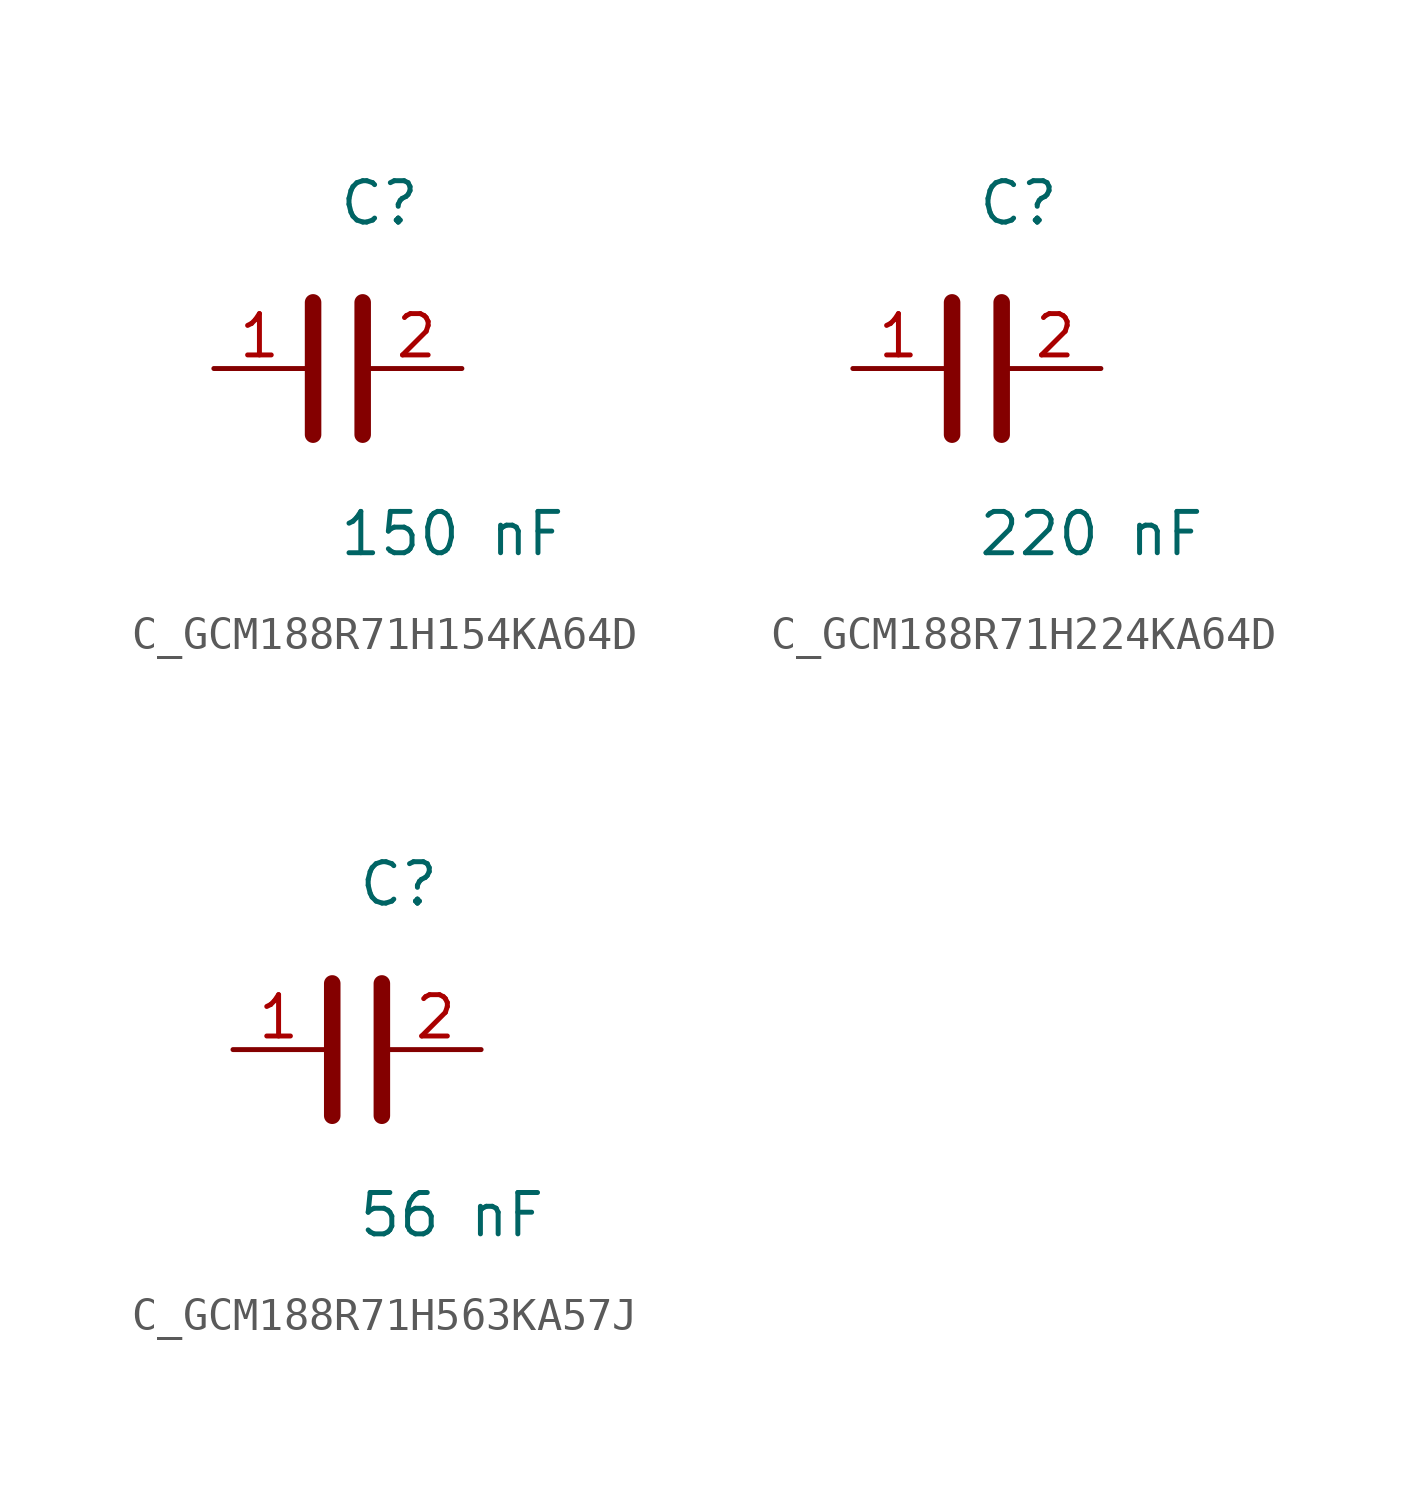
<source format=kicad_sym>
(kicad_symbol_lib
  (version 20231120)
  (generator kicad_symbol_editor)
  (generator_version 8.0)
  (symbol "C_GCM188R71H154KA64D"
    (pin_names
      (offset 0.254))
    (property "Reference" "C"
      (at 0.0 5.08 0)
      (effects (font (size 1.27 1.27)) (justify left)))
    (property "Value" "150 nF"
      (at 0.0 -5.08 0)
      (effects (font (size 1.27 1.27)) (justify left)))
    (symbol "C_GCM188R71H154KA64D_0_1"
      (polyline (pts (xy -0.762 -2.032) (xy -0.762 2.032)) (stroke (width 0.508) (type default)) (fill (type none)))
      (polyline (pts (xy 0.762 -2.032) (xy 0.762 2.032)) (stroke (width 0.508) (type default)) (fill (type none))))
    (pin unspecified line
      (at -3.81 0 0)
      (length 2.8)
      (name "" (effects (font (size 1.27 1.27))))
      (number "1" (effects (font (size 1.27 1.27)))))
    (pin unspecified line
      (at 3.81 0 180)
      (length 2.8)
      (name "" (effects (font (size 1.27 1.27))))
      (number "2" (effects (font (size 1.27 1.27))))))
  (symbol "C_GCM188R71H224KA64D"
    (pin_names
      (offset 0.254))
    (property "Reference" "C"
      (at 0.0 5.08 0)
      (effects (font (size 1.27 1.27)) (justify left)))
    (property "Value" "220 nF"
      (at 0.0 -5.08 0)
      (effects (font (size 1.27 1.27)) (justify left)))
    (symbol "C_GCM188R71H224KA64D_0_1"
      (polyline (pts (xy -0.762 -2.032) (xy -0.762 2.032)) (stroke (width 0.508) (type default)) (fill (type none)))
      (polyline (pts (xy 0.762 -2.032) (xy 0.762 2.032)) (stroke (width 0.508) (type default)) (fill (type none))))
    (pin unspecified line
      (at -3.81 0 0)
      (length 2.8)
      (name "" (effects (font (size 1.27 1.27))))
      (number "1" (effects (font (size 1.27 1.27)))))
    (pin unspecified line
      (at 3.81 0 180)
      (length 2.8)
      (name "" (effects (font (size 1.27 1.27))))
      (number "2" (effects (font (size 1.27 1.27))))))
  (symbol "C_GCM188R71H563KA57J"
    (pin_names
      (offset 0.254))
    (property "Reference" "C"
      (at 0.0 5.08 0)
      (effects (font (size 1.27 1.27)) (justify left)))
    (property "Value" "56 nF"
      (at 0.0 -5.08 0)
      (effects (font (size 1.27 1.27)) (justify left)))
    (symbol "C_GCM188R71H563KA57J_0_1"
      (polyline (pts (xy -0.762 -2.032) (xy -0.762 2.032)) (stroke (width 0.508) (type default)) (fill (type none)))
      (polyline (pts (xy 0.762 -2.032) (xy 0.762 2.032)) (stroke (width 0.508) (type default)) (fill (type none))))
    (pin unspecified line
      (at -3.81 0 0)
      (length 2.8)
      (name "" (effects (font (size 1.27 1.27))))
      (number "1" (effects (font (size 1.27 1.27)))))
    (pin unspecified line
      (at 3.81 0 180)
      (length 2.8)
      (name "" (effects (font (size 1.27 1.27))))
      (number "2" (effects (font (size 1.27 1.27)))))))
</source>
